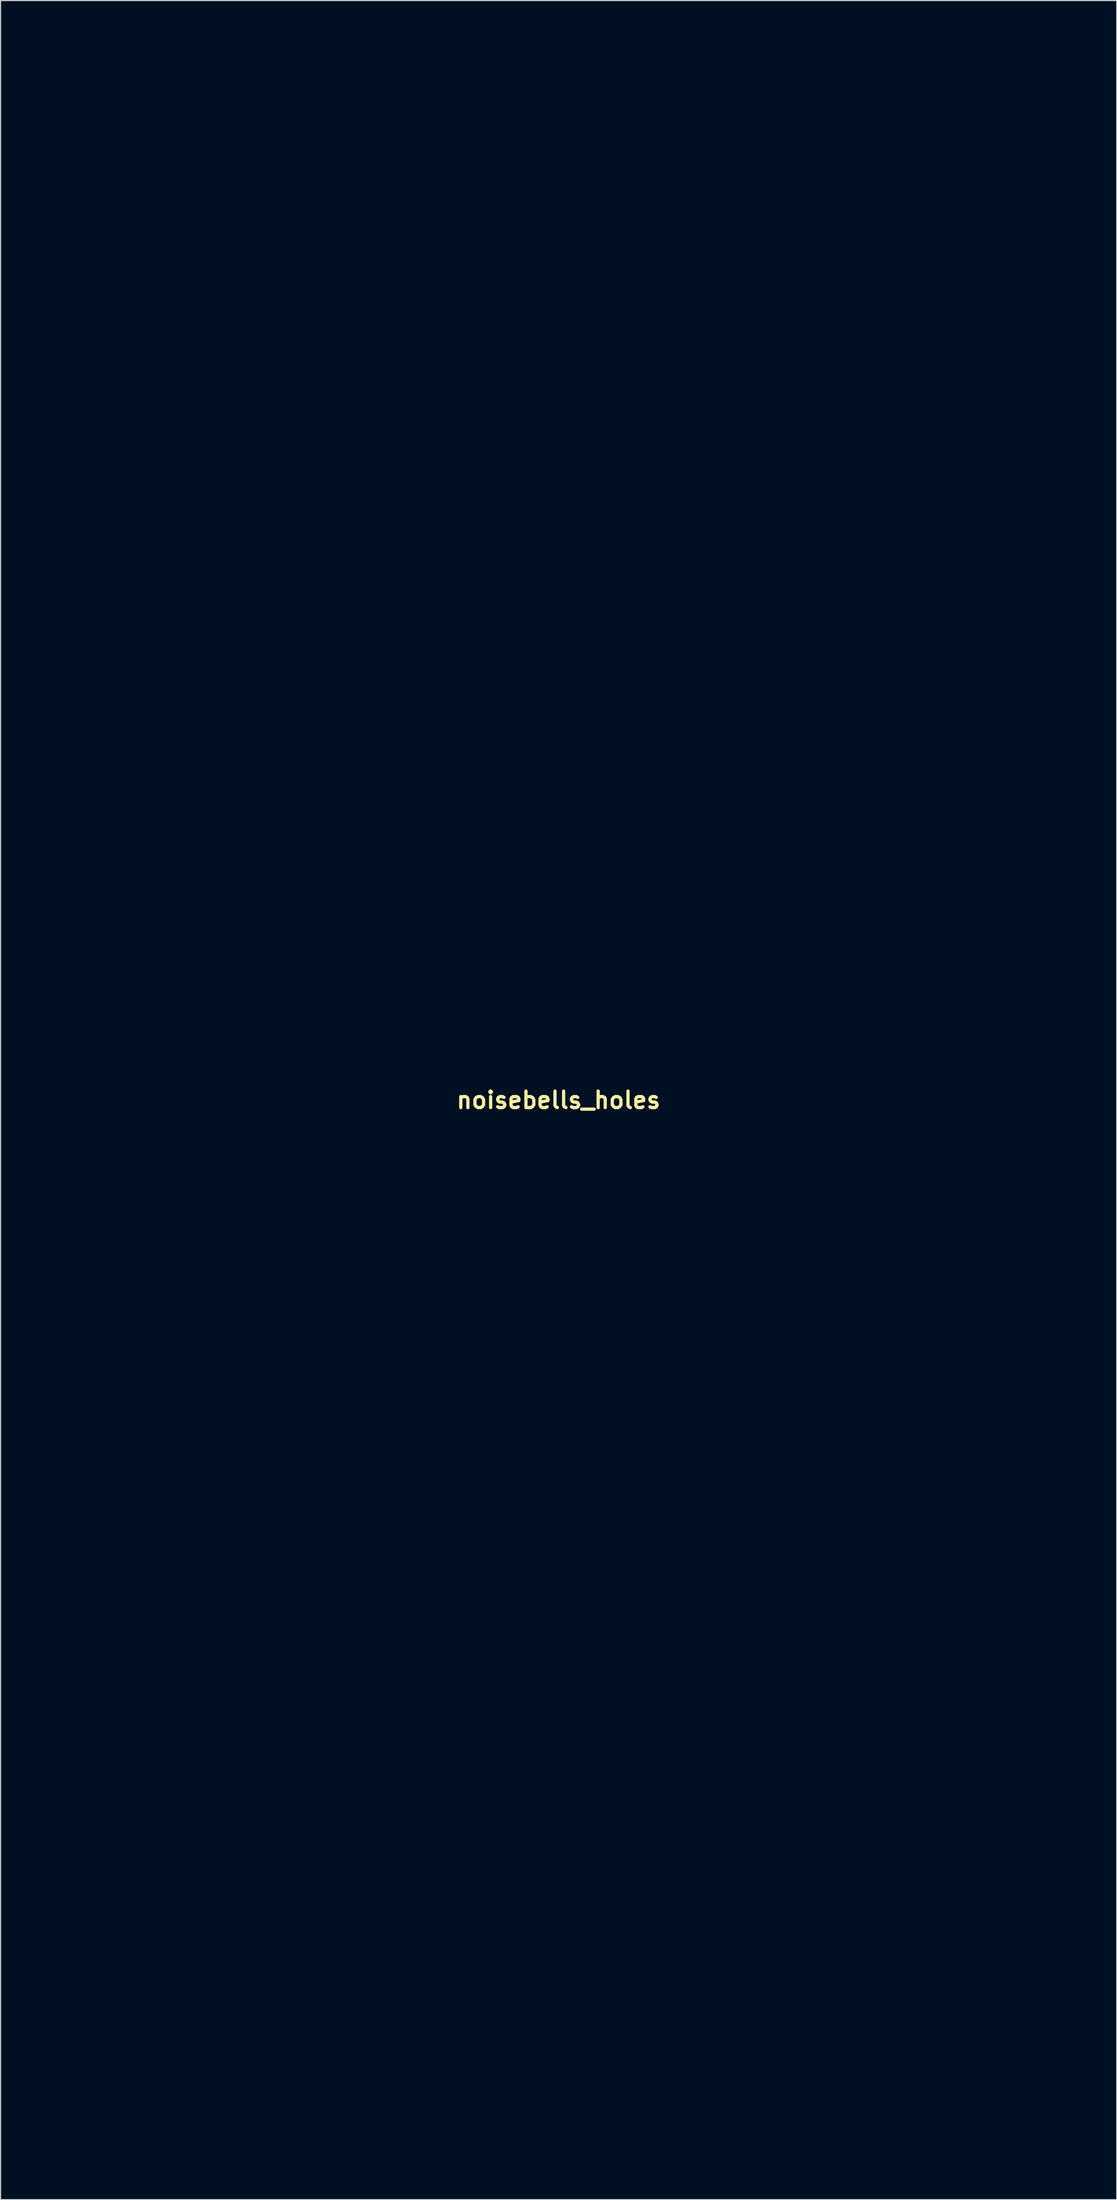
<source format=kicad_pcb>
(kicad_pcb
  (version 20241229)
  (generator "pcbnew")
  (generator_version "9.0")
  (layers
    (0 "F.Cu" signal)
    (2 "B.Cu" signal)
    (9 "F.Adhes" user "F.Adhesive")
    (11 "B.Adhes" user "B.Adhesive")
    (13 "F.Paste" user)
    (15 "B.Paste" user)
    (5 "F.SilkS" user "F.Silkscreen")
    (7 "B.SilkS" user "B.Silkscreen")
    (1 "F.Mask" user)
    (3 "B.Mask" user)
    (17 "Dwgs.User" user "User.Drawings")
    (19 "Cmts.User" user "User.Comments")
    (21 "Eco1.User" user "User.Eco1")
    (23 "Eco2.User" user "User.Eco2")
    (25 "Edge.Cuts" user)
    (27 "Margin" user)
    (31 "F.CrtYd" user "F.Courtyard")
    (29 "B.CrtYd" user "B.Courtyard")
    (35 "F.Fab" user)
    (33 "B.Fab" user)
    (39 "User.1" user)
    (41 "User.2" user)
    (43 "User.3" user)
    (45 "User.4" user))
  (footprint "noisebells_holes"
    (layer "F.Cu")
    (at 48.59 98.612)
    (property "Reference" "noisebells_holes" (at 0 0 0) (layer "F.SilkS") (effects (font (size 1.524 1.524) (thickness 0.3))))
    (attr through_hole)
    (fp_poly (pts (xy 35.458 -38.468) (xy 35.861 -38.394) (xy 36.101 -38.326) (xy 36.484 -38.175) (xy 36.844 -37.981) (xy 37.179 -37.745) (xy 37.484 -37.473) (xy 37.757 -37.166) (xy 37.993 -36.827) (xy 38.19 -36.462) (xy 38.229 -36.375) (xy 38.367 -35.991) (xy 38.459 -35.593) (xy 38.503 -35.186) (xy 38.501 -34.777) (xy 38.451 -34.371) (xy 38.355 -33.973) (xy 38.226 -33.622) (xy 38.039 -33.249) (xy 37.813 -32.907) (xy 37.551 -32.596) (xy 37.258 -32.321) (xy 36.937 -32.081) (xy 36.591 -31.88) (xy 36.224 -31.72) (xy 35.839 -31.602) (xy 35.44 -31.528) (xy 35.03 -31.501) (xy 34.613 -31.523) (xy 34.595 -31.525) (xy 34.238 -31.588) (xy 33.877 -31.695) (xy 33.523 -31.838) (xy 33.19 -32.015) (xy 32.896 -32.214) (xy 32.573 -32.493) (xy 32.291 -32.802) (xy 32.05 -33.14) (xy 31.851 -33.508) (xy 31.693 -33.904) (xy 31.607 -34.199) (xy 31.569 -34.395) (xy 31.542 -34.623) (xy 31.527 -34.869) (xy 31.524 -35.116) (xy 31.525 -35.128) (xy 32.512 -35.128) (xy 32.512 -34.874) (xy 34.874 -34.874) (xy 34.874 -32.512) (xy 35.154 -32.512) (xy 35.154 -34.874) (xy 37.516 -34.874) (xy 37.516 -35.128) (xy 35.154 -35.128) (xy 35.154 -37.49) (xy 34.874 -37.49) (xy 34.874 -35.128) (xy 32.512 -35.128) (xy 31.525 -35.128) (xy 31.534 -35.348) (xy 31.556 -35.535) (xy 31.65 -35.954) (xy 31.788 -36.351) (xy 31.969 -36.723) (xy 32.192 -37.069) (xy 32.454 -37.385) (xy 32.754 -37.669) (xy 33.089 -37.919) (xy 33.457 -38.132) (xy 33.475 -38.141) (xy 33.848 -38.298) (xy 34.238 -38.41) (xy 34.641 -38.475) (xy 35.049 -38.495) (xy 35.458 -38.468)) (stroke (width 0.01) (type solid)) (fill no) (layer "Eco1.User"))
    (fp_poly (pts (xy -44.473 -98.6) (xy -44.293 -98.598) (xy -44.144 -98.597) (xy -44.022 -98.594) (xy -43.924 -98.59) (xy -43.844 -98.585) (xy -43.78 -98.58) (xy -43.727 -98.573) (xy -43.681 -98.565) (xy -43.678 -98.564) (xy -43.403 -98.484) (xy -43.154 -98.361) (xy -42.933 -98.199) (xy -42.744 -98.001) (xy -42.591 -97.771) (xy -42.478 -97.513) (xy -42.442 -97.39) (xy -42.397 -97.116) (xy -42.399 -96.846) (xy -42.447 -96.585) (xy -42.536 -96.338) (xy -42.665 -96.109) (xy -42.83 -95.904) (xy -43.029 -95.727) (xy -43.257 -95.583) (xy -43.513 -95.478) (xy -43.602 -95.452) (xy -43.643 -95.443) (xy -43.685 -95.434) (xy -43.732 -95.427) (xy -43.788 -95.421) (xy -43.857 -95.416) (xy -43.944 -95.412) (xy -44.051 -95.409) (xy -44.184 -95.407) (xy -44.346 -95.405) (xy -44.541 -95.404) (xy -44.774 -95.404) (xy -45.048 -95.404) (xy -45.366 -95.404) (xy -45.502 -95.404) (xy -45.84 -95.404) (xy -46.131 -95.405) (xy -46.379 -95.405) (xy -46.589 -95.407) (xy -46.763 -95.408) (xy -46.907 -95.411) (xy -47.024 -95.414) (xy -47.118 -95.417) (xy -47.193 -95.422) (xy -47.253 -95.428) (xy -47.302 -95.434) (xy -47.345 -95.443) (xy -47.384 -95.452) (xy -47.391 -95.454) (xy -47.652 -95.547) (xy -47.886 -95.68) (xy -48.091 -95.847) (xy -48.264 -96.044) (xy -48.402 -96.266) (xy -48.504 -96.506) (xy -48.565 -96.762) (xy -48.583 -97.026) (xy -48.555 -97.294) (xy -48.501 -97.501) (xy -48.432 -97.682) (xy -48.351 -97.834) (xy -48.248 -97.976) (xy -48.152 -98.085) (xy -47.966 -98.259) (xy -47.766 -98.393) (xy -47.536 -98.499) (xy -47.499 -98.512) (xy -47.282 -98.59) (xy -45.58 -98.597) (xy -45.237 -98.599) (xy -44.941 -98.6) (xy -44.687 -98.6) (xy -44.473 -98.6)) (stroke (width 0.01) (type solid)) (fill no) (layer "Eco1.User"))
    (fp_poly (pts (xy -34.616 -38.478) (xy -34.216 -38.412) (xy -33.824 -38.298) (xy -33.444 -38.137) (xy -33.211 -38.011) (xy -32.86 -37.774) (xy -32.544 -37.5) (xy -32.263 -37.191) (xy -32.02 -36.848) (xy -31.816 -36.473) (xy -31.668 -36.101) (xy -31.565 -35.712) (xy -31.507 -35.313) (xy -31.495 -34.909) (xy -31.529 -34.505) (xy -31.608 -34.109) (xy -31.732 -33.726) (xy -31.823 -33.515) (xy -32.029 -33.14) (xy -32.27 -32.8) (xy -32.545 -32.495) (xy -32.851 -32.227) (xy -33.186 -31.999) (xy -33.545 -31.812) (xy -33.926 -31.668) (xy -34.327 -31.568) (xy -34.745 -31.516) (xy -34.885 -31.509) (xy -35.031 -31.507) (xy -35.179 -31.509) (xy -35.31 -31.514) (xy -35.403 -31.522) (xy -35.814 -31.599) (xy -36.207 -31.721) (xy -36.579 -31.887) (xy -36.927 -32.093) (xy -37.249 -32.336) (xy -37.54 -32.615) (xy -37.799 -32.925) (xy -38.022 -33.265) (xy -38.206 -33.632) (xy -38.348 -34.023) (xy -38.417 -34.29) (xy -38.441 -34.432) (xy -38.459 -34.61) (xy -38.471 -34.809) (xy -38.476 -35.012) (xy -38.475 -35.128) (xy -37.49 -35.128) (xy -37.49 -34.874) (xy -35.128 -34.874) (xy -35.128 -32.512) (xy -34.849 -32.512) (xy -34.849 -34.874) (xy -32.487 -34.874) (xy -32.487 -35.128) (xy -34.849 -35.128) (xy -34.849 -37.49) (xy -35.128 -37.49) (xy -35.128 -35.128) (xy -37.49 -35.128) (xy -38.475 -35.128) (xy -38.474 -35.206) (xy -38.465 -35.374) (xy -38.458 -35.441) (xy -38.378 -35.856) (xy -38.251 -36.254) (xy -38.081 -36.63) (xy -37.868 -36.983) (xy -37.615 -37.307) (xy -37.324 -37.601) (xy -36.996 -37.861) (xy -36.945 -37.896) (xy -36.585 -38.109) (xy -36.209 -38.276) (xy -35.819 -38.397) (xy -35.421 -38.47) (xy -35.019 -38.498) (xy -34.616 -38.478)) (stroke (width 0.01) (type solid)) (fill no) (layer "Eco1.User"))
    (fp_poly (pts (xy 45.133 95.406) (xy 45.478 95.407) (xy 45.593 95.408) (xy 45.933 95.409) (xy 46.225 95.411) (xy 46.475 95.412) (xy 46.685 95.414) (xy 46.861 95.416) (xy 47.005 95.418) (xy 47.121 95.421) (xy 47.214 95.425) (xy 47.287 95.43) (xy 47.344 95.435) (xy 47.39 95.442) (xy 47.427 95.45) (xy 47.46 95.459) (xy 47.493 95.47) (xy 47.498 95.472) (xy 47.756 95.585) (xy 47.989 95.741) (xy 48.193 95.932) (xy 48.363 96.155) (xy 48.492 96.404) (xy 48.544 96.545) (xy 48.591 96.765) (xy 48.606 97.004) (xy 48.589 97.243) (xy 48.541 97.464) (xy 48.53 97.495) (xy 48.413 97.76) (xy 48.255 97.996) (xy 48.06 98.199) (xy 47.83 98.367) (xy 47.568 98.497) (xy 47.506 98.52) (xy 47.307 98.59) (xy 45.58 98.595) (xy 45.231 98.596) (xy 44.929 98.596) (xy 44.671 98.596) (xy 44.451 98.595) (xy 44.268 98.594) (xy 44.116 98.591) (xy 43.992 98.588) (xy 43.893 98.584) (xy 43.814 98.58) (xy 43.752 98.574) (xy 43.703 98.567) (xy 43.675 98.561) (xy 43.409 98.479) (xy 43.165 98.353) (xy 42.947 98.186) (xy 42.758 97.982) (xy 42.603 97.745) (xy 42.489 97.486) (xy 42.453 97.346) (xy 42.431 97.176) (xy 42.422 96.993) (xy 42.427 96.817) (xy 42.449 96.666) (xy 42.453 96.647) (xy 42.544 96.381) (xy 42.674 96.136) (xy 42.84 95.919) (xy 43.037 95.737) (xy 43.26 95.594) (xy 43.275 95.587) (xy 43.345 95.552) (xy 43.408 95.522) (xy 43.469 95.496) (xy 43.532 95.474) (xy 43.6 95.456) (xy 43.678 95.441) (xy 43.77 95.43) (xy 43.88 95.42) (xy 44.011 95.414) (xy 44.168 95.409) (xy 44.355 95.406) (xy 44.575 95.405) (xy 44.833 95.405) (xy 45.133 95.406)) (stroke (width 0.01) (type solid)) (fill no) (layer "Eco1.User"))
    (fp_poly (pts (xy -34.808 31.513) (xy -34.598 31.525) (xy -34.416 31.546) (xy -34.357 31.556) (xy -33.937 31.663) (xy -33.543 31.814) (xy -33.175 32.007) (xy -32.836 32.241) (xy -32.527 32.513) (xy -32.252 32.823) (xy -32.012 33.168) (xy -31.823 33.515) (xy -31.674 33.886) (xy -31.569 34.274) (xy -31.509 34.673) (xy -31.495 35.077) (xy -31.525 35.478) (xy -31.601 35.872) (xy -31.721 36.253) (xy -31.813 36.468) (xy -32.018 36.844) (xy -32.261 37.187) (xy -32.538 37.495) (xy -32.847 37.766) (xy -33.186 37.998) (xy -33.552 38.189) (xy -33.943 38.337) (xy -34.356 38.44) (xy -34.365 38.442) (xy -34.543 38.468) (xy -34.749 38.485) (xy -34.963 38.494) (xy -35.168 38.493) (xy -35.344 38.483) (xy -35.36 38.481) (xy -35.775 38.408) (xy -36.171 38.291) (xy -36.545 38.13) (xy -36.895 37.93) (xy -37.217 37.692) (xy -37.51 37.42) (xy -37.77 37.116) (xy -37.994 36.783) (xy -38.18 36.424) (xy -38.325 36.041) (xy -38.426 35.637) (xy -38.458 35.441) (xy -38.471 35.29) (xy -38.476 35.106) (xy -38.474 34.905) (xy -38.473 34.874) (xy -37.49 34.874) (xy -37.49 35.128) (xy -35.128 35.128) (xy -35.128 37.49) (xy -34.849 37.49) (xy -34.849 35.128) (xy -32.487 35.128) (xy -32.487 34.874) (xy -34.849 34.874) (xy -34.849 32.512) (xy -35.128 32.512) (xy -35.128 34.874) (xy -37.49 34.874) (xy -38.473 34.874) (xy -38.465 34.703) (xy -38.45 34.513) (xy -38.429 34.352) (xy -38.417 34.29) (xy -38.303 33.882) (xy -38.144 33.496) (xy -37.945 33.136) (xy -37.707 32.805) (xy -37.433 32.504) (xy -37.127 32.237) (xy -36.79 32.006) (xy -36.425 31.814) (xy -36.035 31.663) (xy -35.622 31.556) (xy -35.618 31.555) (xy -35.451 31.532) (xy -35.25 31.517) (xy -35.031 31.51) (xy -34.808 31.513)) (stroke (width 0.01) (type solid)) (fill no) (layer "Eco1.User"))
    (fp_poly (pts (xy 0.413 -38.474) (xy 0.823 -38.403) (xy 0.872 -38.391) (xy 1.265 -38.267) (xy 1.636 -38.098) (xy 1.983 -37.889) (xy 2.302 -37.642) (xy 2.591 -37.359) (xy 2.847 -37.045) (xy 3.066 -36.702) (xy 3.246 -36.332) (xy 3.384 -35.94) (xy 3.442 -35.712) (xy 3.468 -35.554) (xy 3.487 -35.36) (xy 3.498 -35.147) (xy 3.5 -34.929) (xy 3.494 -34.722) (xy 3.48 -34.542) (xy 3.471 -34.48) (xy 3.384 -34.071) (xy 3.257 -33.692) (xy 3.185 -33.529) (xy 2.983 -33.159) (xy 2.743 -32.82) (xy 2.467 -32.513) (xy 2.16 -32.242) (xy 1.823 -32.009) (xy 1.462 -31.817) (xy 1.079 -31.668) (xy 0.712 -31.572) (xy 0.525 -31.542) (xy 0.309 -31.521) (xy 0.082 -31.509) (xy -0.138 -31.506) (xy -0.334 -31.515) (xy -0.406 -31.523) (xy -0.815 -31.598) (xy -1.206 -31.719) (xy -1.576 -31.883) (xy -1.922 -32.087) (xy -2.241 -32.329) (xy -2.531 -32.604) (xy -2.788 -32.912) (xy -3.009 -33.248) (xy -3.192 -33.61) (xy -3.335 -33.996) (xy -3.433 -34.402) (xy -3.446 -34.48) (xy -3.464 -34.646) (xy -3.474 -34.844) (xy -3.474 -35.059) (xy -3.472 -35.128) (xy -2.489 -35.128) (xy -2.489 -34.874) (xy -0.127 -34.874) (xy -0.127 -32.512) (xy 0.152 -32.512) (xy 0.152 -34.874) (xy 2.515 -34.874) (xy 2.515 -35.128) (xy 0.152 -35.128) (xy 0.152 -37.49) (xy -0.127 -37.49) (xy -0.127 -35.128) (xy -2.489 -35.128) (xy -3.472 -35.128) (xy -3.467 -35.276) (xy -3.451 -35.479) (xy -3.428 -35.654) (xy -3.416 -35.712) (xy -3.303 -36.117) (xy -3.149 -36.496) (xy -2.955 -36.849) (xy -2.726 -37.174) (xy -2.464 -37.468) (xy -2.173 -37.729) (xy -1.856 -37.955) (xy -1.517 -38.145) (xy -1.157 -38.296) (xy -0.781 -38.406) (xy -0.392 -38.474) (xy 0.007 -38.498) (xy 0.413 -38.474)) (stroke (width 0.01) (type solid)) (fill no) (layer "Eco1.User"))
    (fp_poly (pts (xy 17.773 31.517) (xy 18 31.536) (xy 18.196 31.567) (xy 18.211 31.57) (xy 18.623 31.682) (xy 19.009 31.837) (xy 19.371 32.037) (xy 19.71 32.282) (xy 20.004 32.55) (xy 20.274 32.857) (xy 20.507 33.197) (xy 20.7 33.564) (xy 20.851 33.951) (xy 20.942 34.29) (xy 20.966 34.433) (xy 20.984 34.611) (xy 20.996 34.81) (xy 21.001 35.014) (xy 20.999 35.209) (xy 20.99 35.379) (xy 20.983 35.446) (xy 20.905 35.854) (xy 20.781 36.245) (xy 20.615 36.614) (xy 20.408 36.96) (xy 20.165 37.278) (xy 19.887 37.566) (xy 19.578 37.821) (xy 19.24 38.04) (xy 18.876 38.22) (xy 18.489 38.358) (xy 18.177 38.433) (xy 18.044 38.454) (xy 17.884 38.472) (xy 17.712 38.486) (xy 17.541 38.495) (xy 17.387 38.498) (xy 17.262 38.495) (xy 17.221 38.491) (xy 16.801 38.423) (xy 16.414 38.319) (xy 16.053 38.178) (xy 15.711 37.996) (xy 15.381 37.771) (xy 15.283 37.695) (xy 15.021 37.455) (xy 14.777 37.175) (xy 14.559 36.867) (xy 14.374 36.54) (xy 14.227 36.204) (xy 14.161 36.005) (xy 14.069 35.598) (xy 14.024 35.185) (xy 14.026 34.874) (xy 15.011 34.874) (xy 15.011 35.128) (xy 17.374 35.128) (xy 17.374 37.49) (xy 17.653 37.49) (xy 17.653 35.128) (xy 20.015 35.128) (xy 20.015 34.874) (xy 17.653 34.874) (xy 17.653 32.512) (xy 17.374 32.512) (xy 17.374 34.874) (xy 15.011 34.874) (xy 14.026 34.874) (xy 14.026 34.773) (xy 14.076 34.366) (xy 14.172 33.97) (xy 14.314 33.589) (xy 14.348 33.515) (xy 14.554 33.139) (xy 14.797 32.798) (xy 15.076 32.492) (xy 15.387 32.222) (xy 15.729 31.992) (xy 16.099 31.801) (xy 16.496 31.653) (xy 16.884 31.555) (xy 17.072 31.528) (xy 17.294 31.513) (xy 17.533 31.51) (xy 17.773 31.517)) (stroke (width 0.01) (type solid)) (fill no) (layer "Eco1.User"))
    (fp_poly (pts (xy -45.155 95.402) (xy -44.865 95.403) (xy -44.619 95.403) (xy -44.41 95.404) (xy -44.237 95.406) (xy -44.094 95.408) (xy -43.978 95.411) (xy -43.885 95.414) (xy -43.81 95.419) (xy -43.749 95.425) (xy -43.699 95.432) (xy -43.656 95.44) (xy -43.615 95.449) (xy -43.602 95.452) (xy -43.337 95.545) (xy -43.097 95.678) (xy -42.887 95.847) (xy -42.708 96.048) (xy -42.566 96.274) (xy -42.464 96.523) (xy -42.406 96.789) (xy -42.393 96.991) (xy -42.417 97.273) (xy -42.487 97.539) (xy -42.599 97.785) (xy -42.75 98.007) (xy -42.936 98.2) (xy -43.154 98.36) (xy -43.399 98.482) (xy -43.669 98.563) (xy -43.715 98.571) (xy -43.769 98.578) (xy -43.836 98.584) (xy -43.919 98.589) (xy -44.023 98.593) (xy -44.151 98.596) (xy -44.307 98.598) (xy -44.496 98.6) (xy -44.721 98.601) (xy -44.987 98.601) (xy -45.296 98.601) (xy -45.509 98.601) (xy -45.864 98.6) (xy -46.171 98.599) (xy -46.434 98.597) (xy -46.656 98.595) (xy -46.841 98.592) (xy -46.99 98.588) (xy -47.109 98.584) (xy -47.199 98.579) (xy -47.265 98.572) (xy -47.307 98.565) (xy -47.535 98.502) (xy -47.733 98.414) (xy -47.916 98.294) (xy -48.099 98.134) (xy -48.113 98.119) (xy -48.298 97.901) (xy -48.439 97.659) (xy -48.534 97.395) (xy -48.552 97.32) (xy -48.585 97.048) (xy -48.57 96.78) (xy -48.511 96.522) (xy -48.41 96.278) (xy -48.271 96.054) (xy -48.098 95.855) (xy -47.893 95.686) (xy -47.659 95.552) (xy -47.399 95.457) (xy -47.381 95.453) (xy -47.34 95.443) (xy -47.298 95.434) (xy -47.251 95.427) (xy -47.194 95.421) (xy -47.124 95.416) (xy -47.037 95.412) (xy -46.929 95.409) (xy -46.795 95.406) (xy -46.632 95.405) (xy -46.435 95.404) (xy -46.202 95.403) (xy -45.926 95.403) (xy -45.605 95.402) (xy -45.491 95.402) (xy -45.155 95.402)) (stroke (width 0.01) (type solid)) (fill no) (layer "Eco1.User"))
    (fp_poly (pts (xy 17.513 1.514) (xy 17.785 1.52) (xy 18.024 1.541) (xy 18.246 1.578) (xy 18.468 1.634) (xy 18.686 1.705) (xy 19.068 1.866) (xy 19.423 2.068) (xy 19.75 2.31) (xy 20.044 2.587) (xy 20.305 2.897) (xy 20.53 3.236) (xy 20.715 3.602) (xy 20.859 3.991) (xy 20.959 4.401) (xy 20.971 4.47) (xy 20.991 4.644) (xy 21 4.851) (xy 21 5.075) (xy 20.99 5.301) (xy 20.971 5.512) (xy 20.943 5.694) (xy 20.933 5.74) (xy 20.813 6.154) (xy 20.65 6.542) (xy 20.446 6.903) (xy 20.204 7.234) (xy 19.926 7.532) (xy 19.613 7.796) (xy 19.269 8.023) (xy 18.894 8.21) (xy 18.609 8.319) (xy 18.271 8.411) (xy 17.913 8.471) (xy 17.553 8.497) (xy 17.207 8.486) (xy 17.171 8.483) (xy 16.758 8.416) (xy 16.363 8.303) (xy 15.989 8.148) (xy 15.638 7.952) (xy 15.314 7.718) (xy 15.019 7.45) (xy 14.756 7.149) (xy 14.528 6.819) (xy 14.338 6.462) (xy 14.188 6.081) (xy 14.081 5.679) (xy 14.044 5.464) (xy 14.027 5.276) (xy 14.022 5.057) (xy 14.027 4.877) (xy 15.011 4.877) (xy 15.011 5.131) (xy 17.374 5.131) (xy 17.374 7.493) (xy 17.653 7.493) (xy 17.653 5.131) (xy 20.015 5.131) (xy 20.015 4.877) (xy 17.654 4.877) (xy 17.64 2.502) (xy 17.386 2.502) (xy 17.38 3.689) (xy 17.373 4.877) (xy 15.011 4.877) (xy 14.027 4.877) (xy 14.028 4.823) (xy 14.045 4.591) (xy 14.072 4.376) (xy 14.106 4.202) (xy 14.234 3.792) (xy 14.403 3.406) (xy 14.614 3.047) (xy 14.863 2.719) (xy 15.15 2.423) (xy 15.471 2.162) (xy 15.556 2.104) (xy 15.843 1.928) (xy 16.129 1.787) (xy 16.431 1.674) (xy 16.764 1.583) (xy 16.818 1.571) (xy 16.932 1.548) (xy 17.039 1.532) (xy 17.151 1.521) (xy 17.282 1.516) (xy 17.445 1.514) (xy 17.513 1.514)) (stroke (width 0.01) (type solid)) (fill no) (layer "Eco1.User"))
    (fp_poly (pts (xy 35.571 -73.453) (xy 35.972 -73.364) (xy 36.36 -73.228) (xy 36.732 -73.045) (xy 37.084 -72.817) (xy 37.313 -72.636) (xy 37.602 -72.354) (xy 37.857 -72.036) (xy 38.074 -71.687) (xy 38.253 -71.311) (xy 38.39 -70.911) (xy 38.446 -70.687) (xy 38.469 -70.542) (xy 38.485 -70.36) (xy 38.494 -70.155) (xy 38.496 -69.941) (xy 38.491 -69.73) (xy 38.478 -69.537) (xy 38.458 -69.376) (xy 38.448 -69.321) (xy 38.335 -68.909) (xy 38.179 -68.522) (xy 37.984 -68.161) (xy 37.751 -67.828) (xy 37.484 -67.527) (xy 37.186 -67.259) (xy 36.858 -67.028) (xy 36.505 -66.836) (xy 36.128 -66.684) (xy 35.73 -66.577) (xy 35.4 -66.524) (xy 35.023 -66.502) (xy 34.661 -66.517) (xy 34.582 -66.526) (xy 34.172 -66.604) (xy 33.776 -66.729) (xy 33.4 -66.898) (xy 33.046 -67.11) (xy 32.719 -67.361) (xy 32.424 -67.651) (xy 32.223 -67.893) (xy 31.999 -68.228) (xy 31.817 -68.581) (xy 31.675 -68.96) (xy 31.607 -69.2) (xy 31.569 -69.396) (xy 31.542 -69.625) (xy 31.527 -69.871) (xy 31.524 -70.117) (xy 31.525 -70.129) (xy 32.512 -70.129) (xy 32.512 -69.875) (xy 34.874 -69.875) (xy 34.874 -68.699) (xy 34.875 -68.459) (xy 34.876 -68.235) (xy 34.877 -68.031) (xy 34.88 -67.853) (xy 34.882 -67.707) (xy 34.886 -67.596) (xy 34.889 -67.527) (xy 34.892 -67.504) (xy 34.927 -67.494) (xy 34.992 -67.492) (xy 35.026 -67.493) (xy 35.141 -67.501) (xy 35.154 -69.875) (xy 37.516 -69.875) (xy 37.516 -70.129) (xy 35.154 -70.129) (xy 35.154 -72.492) (xy 34.874 -72.492) (xy 34.874 -70.129) (xy 32.512 -70.129) (xy 31.525 -70.129) (xy 31.534 -70.349) (xy 31.556 -70.536) (xy 31.648 -70.949) (xy 31.785 -71.341) (xy 31.963 -71.709) (xy 32.181 -72.05) (xy 32.434 -72.363) (xy 32.721 -72.643) (xy 33.04 -72.889) (xy 33.386 -73.097) (xy 33.759 -73.264) (xy 34.154 -73.389) (xy 34.328 -73.428) (xy 34.746 -73.486) (xy 35.161 -73.494) (xy 35.571 -73.453)) (stroke (width 0.01) (type solid)) (fill no) (layer "Eco1.User"))
    (fp_poly (pts (xy -34.846 -73.49) (xy -34.591 -73.473) (xy -34.363 -73.442) (xy -34.315 -73.433) (xy -33.896 -73.321) (xy -33.502 -73.165) (xy -33.136 -72.968) (xy -32.8 -72.73) (xy -32.494 -72.453) (xy -32.222 -72.14) (xy -31.985 -71.79) (xy -31.812 -71.467) (xy -31.666 -71.099) (xy -31.564 -70.713) (xy -31.507 -70.316) (xy -31.495 -69.913) (xy -31.528 -69.511) (xy -31.606 -69.116) (xy -31.729 -68.735) (xy -31.823 -68.516) (xy -32.028 -68.142) (xy -32.27 -67.802) (xy -32.545 -67.497) (xy -32.85 -67.229) (xy -33.184 -67.001) (xy -33.542 -66.813) (xy -33.922 -66.669) (xy -34.322 -66.569) (xy -34.738 -66.516) (xy -34.887 -66.509) (xy -35.033 -66.508) (xy -35.182 -66.51) (xy -35.315 -66.516) (xy -35.408 -66.524) (xy -35.817 -66.6) (xy -36.208 -66.722) (xy -36.579 -66.887) (xy -36.926 -67.092) (xy -37.247 -67.335) (xy -37.538 -67.613) (xy -37.797 -67.923) (xy -38.019 -68.262) (xy -38.204 -68.628) (xy -38.346 -69.017) (xy -38.417 -69.291) (xy -38.441 -69.434) (xy -38.459 -69.612) (xy -38.471 -69.811) (xy -38.476 -70.014) (xy -38.475 -70.129) (xy -37.49 -70.129) (xy -37.49 -69.875) (xy -35.128 -69.875) (xy -35.128 -68.699) (xy -35.128 -68.459) (xy -35.127 -68.235) (xy -35.125 -68.031) (xy -35.123 -67.853) (xy -35.12 -67.707) (xy -35.117 -67.596) (xy -35.113 -67.527) (xy -35.11 -67.504) (xy -35.076 -67.494) (xy -35.01 -67.492) (xy -34.977 -67.493) (xy -34.861 -67.501) (xy -34.848 -69.875) (xy -32.487 -69.875) (xy -32.487 -70.129) (xy -34.849 -70.129) (xy -34.849 -72.492) (xy -35.128 -72.492) (xy -35.128 -70.129) (xy -37.49 -70.129) (xy -38.475 -70.129) (xy -38.474 -70.208) (xy -38.465 -70.377) (xy -38.458 -70.442) (xy -38.378 -70.855) (xy -38.253 -71.249) (xy -38.085 -71.62) (xy -37.877 -71.967) (xy -37.632 -72.286) (xy -37.353 -72.574) (xy -37.041 -72.828) (xy -36.7 -73.047) (xy -36.333 -73.227) (xy -35.941 -73.364) (xy -35.585 -73.448) (xy -35.362 -73.477) (xy -35.109 -73.491) (xy -34.846 -73.49)) (stroke (width 0.01) (type solid)) (fill no) (layer "Eco1.User"))
    (fp_poly (pts (xy 45.76 -98.606) (xy 46.031 -98.605) (xy 46.292 -98.603) (xy 46.536 -98.599) (xy 46.759 -98.595) (xy 46.954 -98.59) (xy 47.117 -98.583) (xy 47.241 -98.575) (xy 47.321 -98.567) (xy 47.333 -98.565) (xy 47.596 -98.484) (xy 47.84 -98.36) (xy 48.06 -98.195) (xy 48.251 -97.996) (xy 48.408 -97.766) (xy 48.526 -97.51) (xy 48.532 -97.492) (xy 48.563 -97.395) (xy 48.583 -97.308) (xy 48.595 -97.217) (xy 48.599 -97.103) (xy 48.6 -97.003) (xy 48.597 -96.86) (xy 48.59 -96.751) (xy 48.574 -96.657) (xy 48.549 -96.561) (xy 48.532 -96.507) (xy 48.421 -96.254) (xy 48.269 -96.022) (xy 48.079 -95.818) (xy 47.859 -95.647) (xy 47.613 -95.515) (xy 47.498 -95.471) (xy 47.465 -95.461) (xy 47.433 -95.451) (xy 47.397 -95.443) (xy 47.354 -95.436) (xy 47.3 -95.431) (xy 47.23 -95.426) (xy 47.142 -95.422) (xy 47.031 -95.419) (xy 46.894 -95.417) (xy 46.726 -95.415) (xy 46.524 -95.413) (xy 46.284 -95.412) (xy 46.002 -95.411) (xy 45.674 -95.41) (xy 45.568 -95.41) (xy 45.224 -95.409) (xy 44.927 -95.408) (xy 44.673 -95.408) (xy 44.458 -95.408) (xy 44.279 -95.409) (xy 44.13 -95.41) (xy 44.01 -95.413) (xy 43.912 -95.416) (xy 43.834 -95.42) (xy 43.772 -95.425) (xy 43.722 -95.431) (xy 43.679 -95.439) (xy 43.64 -95.447) (xy 43.617 -95.453) (xy 43.354 -95.547) (xy 43.114 -95.682) (xy 42.903 -95.853) (xy 42.727 -96.056) (xy 42.6 -96.267) (xy 42.515 -96.455) (xy 42.46 -96.622) (xy 42.43 -96.785) (xy 42.422 -96.962) (xy 42.425 -97.079) (xy 42.452 -97.324) (xy 42.507 -97.54) (xy 42.598 -97.742) (xy 42.729 -97.945) (xy 42.746 -97.968) (xy 42.923 -98.165) (xy 43.136 -98.331) (xy 43.375 -98.461) (xy 43.63 -98.549) (xy 43.693 -98.563) (xy 43.764 -98.572) (xy 43.88 -98.58) (xy 44.035 -98.587) (xy 44.224 -98.592) (xy 44.441 -98.597) (xy 44.682 -98.601) (xy 44.939 -98.604) (xy 45.209 -98.606) (xy 45.484 -98.607) (xy 45.76 -98.606)) (stroke (width 0.01) (type solid)) (fill no) (layer "Eco1.User"))
    (fp_poly (pts (xy -34.699 1.52) (xy -34.454 1.543) (xy -34.222 1.585) (xy -33.986 1.648) (xy -33.81 1.707) (xy -33.443 1.863) (xy -33.093 2.063) (xy -32.767 2.302) (xy -32.47 2.577) (xy -32.206 2.881) (xy -31.983 3.212) (xy -31.894 3.371) (xy -31.789 3.588) (xy -31.705 3.792) (xy -31.635 4.005) (xy -31.578 4.215) (xy -31.554 4.315) (xy -31.536 4.402) (xy -31.524 4.488) (xy -31.516 4.584) (xy -31.512 4.702) (xy -31.51 4.851) (xy -31.51 4.978) (xy -31.511 5.178) (xy -31.515 5.337) (xy -31.522 5.466) (xy -31.534 5.575) (xy -31.551 5.674) (xy -31.555 5.69) (xy -31.667 6.098) (xy -31.822 6.485) (xy -32.019 6.847) (xy -32.254 7.18) (xy -32.524 7.483) (xy -32.828 7.752) (xy -33.163 7.984) (xy -33.526 8.177) (xy -33.914 8.327) (xy -33.915 8.328) (xy -34.234 8.412) (xy -34.571 8.469) (xy -34.907 8.496) (xy -35.227 8.491) (xy -35.319 8.483) (xy -35.74 8.415) (xy -36.142 8.3) (xy -36.521 8.143) (xy -36.875 7.944) (xy -37.202 7.707) (xy -37.498 7.434) (xy -37.762 7.127) (xy -37.99 6.788) (xy -38.181 6.42) (xy -38.33 6.025) (xy -38.408 5.74) (xy -38.438 5.571) (xy -38.46 5.367) (xy -38.473 5.144) (xy -38.476 4.918) (xy -38.475 4.877) (xy -37.49 4.877) (xy -37.49 5.131) (xy -35.128 5.131) (xy -35.128 7.493) (xy -34.849 7.493) (xy -34.849 5.131) (xy -32.487 5.131) (xy -32.487 4.877) (xy -34.848 4.877) (xy -34.861 2.502) (xy -35.115 2.502) (xy -35.122 3.689) (xy -35.129 4.877) (xy -37.49 4.877) (xy -38.475 4.877) (xy -38.47 4.704) (xy -38.453 4.518) (xy -38.446 4.47) (xy -38.354 4.058) (xy -38.217 3.666) (xy -38.039 3.296) (xy -37.821 2.953) (xy -37.567 2.638) (xy -37.278 2.356) (xy -36.958 2.109) (xy -36.609 1.899) (xy -36.234 1.731) (xy -36.052 1.668) (xy -35.837 1.606) (xy -35.639 1.562) (xy -35.44 1.533) (xy -35.223 1.518) (xy -34.976 1.513) (xy -34.699 1.52)) (stroke (width 0.01) (type solid)) (fill no) (layer "Eco1.User"))
    (fp_poly (pts (xy -11.766 70.057) (xy -11.29 70.149) (xy -10.826 70.286) (xy -10.377 70.468) (xy -9.946 70.694) (xy -9.537 70.963) (xy -9.335 71.12) (xy -9.216 71.224) (xy -9.077 71.354) (xy -8.931 71.498) (xy -8.789 71.644) (xy -8.664 71.781) (xy -8.578 71.882) (xy -8.303 72.263) (xy -8.064 72.676) (xy -7.863 73.116) (xy -7.701 73.576) (xy -7.583 74.05) (xy -7.528 74.381) (xy -7.507 74.606) (xy -7.498 74.863) (xy -7.499 75.135) (xy -7.512 75.408) (xy -7.534 75.663) (xy -7.566 75.883) (xy -7.682 76.371) (xy -7.844 76.842) (xy -8.05 77.292) (xy -8.297 77.718) (xy -8.584 78.118) (xy -8.909 78.487) (xy -9.268 78.823) (xy -9.661 79.123) (xy -9.851 79.247) (xy -10.284 79.486) (xy -10.739 79.681) (xy -11.211 79.83) (xy -11.696 79.932) (xy -12.188 79.987) (xy -12.683 79.993) (xy -12.852 79.983) (xy -13.346 79.922) (xy -13.823 79.815) (xy -14.283 79.662) (xy -14.722 79.468) (xy -15.138 79.235) (xy -15.528 78.964) (xy -15.89 78.658) (xy -16.222 78.319) (xy -16.52 77.95) (xy -16.783 77.553) (xy -17.008 77.13) (xy -17.193 76.684) (xy -17.334 76.216) (xy -17.43 75.73) (xy -17.435 75.696) (xy -17.468 75.354) (xy -17.477 74.986) (xy -17.472 74.879) (xy -14.986 74.879) (xy -14.986 75.133) (xy -12.624 75.133) (xy -12.624 77.495) (xy -12.344 77.495) (xy -12.344 75.133) (xy -9.982 75.133) (xy -9.982 74.879) (xy -12.344 74.879) (xy -12.357 72.504) (xy -12.49 72.497) (xy -12.624 72.489) (xy -12.624 74.879) (xy -14.986 74.879) (xy -17.472 74.879) (xy -17.462 74.609) (xy -17.424 74.241) (xy -17.365 73.9) (xy -17.36 73.88) (xy -17.229 73.412) (xy -17.053 72.961) (xy -16.832 72.531) (xy -16.572 72.124) (xy -16.274 71.743) (xy -15.941 71.392) (xy -15.576 71.075) (xy -15.181 70.793) (xy -14.76 70.55) (xy -14.316 70.35) (xy -14.186 70.302) (xy -13.708 70.157) (xy -13.224 70.061) (xy -12.736 70.013) (xy -12.249 70.012) (xy -11.766 70.057)) (stroke (width 0.01) (type solid)) (fill no) (layer "Eco1.User"))
    (fp_poly (pts (xy 0.218 -73.491) (xy 0.532 -73.461) (xy 0.676 -73.435) (xy 1.095 -73.322) (xy 1.489 -73.167) (xy 1.856 -72.971) (xy 2.192 -72.736) (xy 2.497 -72.464) (xy 2.768 -72.157) (xy 3.002 -71.816) (xy 3.197 -71.445) (xy 3.224 -71.384) (xy 3.364 -70.997) (xy 3.457 -70.597) (xy 3.502 -70.191) (xy 3.501 -69.783) (xy 3.453 -69.379) (xy 3.359 -68.983) (xy 3.217 -68.602) (xy 3.178 -68.516) (xy 2.972 -68.141) (xy 2.73 -67.799) (xy 2.452 -67.493) (xy 2.143 -67.224) (xy 1.804 -66.994) (xy 1.438 -66.805) (xy 1.047 -66.659) (xy 0.706 -66.572) (xy 0.526 -66.544) (xy 0.318 -66.523) (xy 0.098 -66.51) (xy -0.117 -66.507) (xy -0.309 -66.515) (xy -0.402 -66.524) (xy -0.815 -66.6) (xy -1.209 -66.722) (xy -1.581 -66.887) (xy -1.929 -67.092) (xy -2.249 -67.334) (xy -2.539 -67.61) (xy -2.796 -67.918) (xy -3.017 -68.255) (xy -3.199 -68.619) (xy -3.339 -69.005) (xy -3.435 -69.413) (xy -3.442 -69.456) (xy -3.465 -69.65) (xy -3.477 -69.875) (xy -3.477 -70.11) (xy -3.476 -70.129) (xy -2.489 -70.129) (xy -2.489 -69.875) (xy -0.127 -69.875) (xy -0.127 -68.699) (xy -0.127 -68.459) (xy -0.126 -68.235) (xy -0.124 -68.031) (xy -0.122 -67.853) (xy -0.119 -67.707) (xy -0.116 -67.596) (xy -0.112 -67.527) (xy -0.109 -67.504) (xy -0.075 -67.494) (xy -0.009 -67.492) (xy 0.024 -67.493) (xy 0.14 -67.501) (xy 0.153 -69.875) (xy 2.515 -69.875) (xy 2.515 -70.129) (xy 0.152 -70.129) (xy 0.152 -72.492) (xy -0.127 -72.492) (xy -0.127 -70.129) (xy -2.489 -70.129) (xy -3.476 -70.129) (xy -3.466 -70.335) (xy -3.445 -70.533) (xy -3.442 -70.549) (xy -3.349 -70.963) (xy -3.21 -71.358) (xy -3.027 -71.73) (xy -2.801 -72.077) (xy -2.535 -72.395) (xy -2.23 -72.682) (xy -1.934 -72.904) (xy -1.787 -72.995) (xy -1.609 -73.091) (xy -1.419 -73.185) (xy -1.233 -73.267) (xy -1.076 -73.326) (xy -0.777 -73.408) (xy -0.451 -73.463) (xy -0.115 -73.491) (xy 0.218 -73.491)) (stroke (width 0.01) (type solid)) (fill no) (layer "Eco1.User"))
    (fp_poly (pts (xy 13.13 70.041) (xy 13.623 70.126) (xy 14.11 70.261) (xy 14.296 70.33) (xy 14.509 70.421) (xy 14.732 70.528) (xy 14.95 70.641) (xy 15.149 70.755) (xy 15.258 70.824) (xy 15.666 71.123) (xy 16.038 71.458) (xy 16.372 71.824) (xy 16.666 72.22) (xy 16.92 72.644) (xy 17.131 73.092) (xy 17.298 73.562) (xy 17.419 74.052) (xy 17.461 74.298) (xy 17.482 74.491) (xy 17.495 74.718) (xy 17.5 74.964) (xy 17.496 75.213) (xy 17.485 75.449) (xy 17.466 75.657) (xy 17.461 75.696) (xy 17.367 76.186) (xy 17.225 76.662) (xy 17.037 77.12) (xy 16.804 77.558) (xy 16.528 77.971) (xy 16.209 78.359) (xy 15.949 78.626) (xy 15.572 78.951) (xy 15.168 79.233) (xy 14.74 79.474) (xy 14.29 79.67) (xy 13.823 79.821) (xy 13.341 79.926) (xy 12.848 79.984) (xy 12.347 79.993) (xy 12.154 79.984) (xy 11.664 79.926) (xy 11.19 79.821) (xy 10.733 79.671) (xy 10.296 79.48) (xy 9.882 79.249) (xy 9.493 78.98) (xy 9.131 78.676) (xy 8.799 78.34) (xy 8.5 77.974) (xy 8.235 77.579) (xy 8.008 77.159) (xy 7.82 76.715) (xy 7.675 76.251) (xy 7.574 75.768) (xy 7.545 75.552) (xy 7.521 75.206) (xy 7.522 74.879) (xy 10.008 74.879) (xy 10.008 75.133) (xy 12.37 75.133) (xy 12.37 77.495) (xy 12.649 77.495) (xy 12.649 75.133) (xy 15.011 75.133) (xy 15.011 74.879) (xy 12.649 74.879) (xy 12.649 72.489) (xy 12.516 72.497) (xy 12.383 72.504) (xy 12.376 73.692) (xy 12.369 74.879) (xy 10.008 74.879) (xy 7.522 74.879) (xy 7.522 74.834) (xy 7.549 74.454) (xy 7.599 74.085) (xy 7.632 73.914) (xy 7.726 73.559) (xy 7.858 73.191) (xy 8.021 72.822) (xy 8.209 72.465) (xy 8.417 72.134) (xy 8.603 71.883) (xy 8.712 71.756) (xy 8.848 71.61) (xy 8.999 71.457) (xy 9.152 71.309) (xy 9.297 71.177) (xy 9.411 71.083) (xy 9.825 70.79) (xy 10.259 70.542) (xy 10.712 70.34) (xy 11.179 70.185) (xy 11.657 70.077) (xy 12.144 70.017) (xy 12.636 70.004) (xy 13.13 70.041)) (stroke (width 0.01) (type solid)) (fill no) (layer "Eco1.User"))
    (fp_poly (pts (xy 37.772 70.01) (xy 38.272 70.06) (xy 38.532 70.107) (xy 39.006 70.229) (xy 39.465 70.399) (xy 39.905 70.613) (xy 40.322 70.869) (xy 40.713 71.165) (xy 41.075 71.498) (xy 41.404 71.866) (xy 41.696 72.266) (xy 41.764 72.372) (xy 42.003 72.804) (xy 42.196 73.251) (xy 42.342 73.709) (xy 42.442 74.175) (xy 42.497 74.645) (xy 42.507 75.117) (xy 42.473 75.586) (xy 42.395 76.05) (xy 42.274 76.506) (xy 42.11 76.949) (xy 41.904 77.378) (xy 41.657 77.787) (xy 41.369 78.175) (xy 41.04 78.538) (xy 40.673 78.871) (xy 40.276 79.164) (xy 39.851 79.416) (xy 39.404 79.624) (xy 38.936 79.788) (xy 38.453 79.905) (xy 37.957 79.975) (xy 37.843 79.984) (xy 37.711 79.993) (xy 37.596 80) (xy 37.509 80.004) (xy 37.459 80.006) (xy 37.452 80.006) (xy 37.418 80.003) (xy 37.344 79.997) (xy 37.243 79.99) (xy 37.142 79.983) (xy 36.761 79.939) (xy 36.363 79.859) (xy 35.966 79.748) (xy 35.583 79.608) (xy 35.323 79.493) (xy 34.889 79.254) (xy 34.481 78.973) (xy 34.104 78.653) (xy 33.76 78.297) (xy 33.451 77.908) (xy 33.181 77.489) (xy 32.997 77.14) (xy 32.806 76.682) (xy 32.663 76.212) (xy 32.568 75.734) (xy 32.521 75.252) (xy 32.52 74.88) (xy 35.001 74.88) (xy 35.001 75.133) (xy 37.389 75.133) (xy 37.389 77.495) (xy 37.643 77.495) (xy 37.643 75.133) (xy 40.005 75.133) (xy 40.005 74.88) (xy 38.83 74.873) (xy 37.656 74.867) (xy 37.649 73.679) (xy 37.642 72.492) (xy 37.389 72.492) (xy 37.376 74.867) (xy 35.001 74.88) (xy 32.52 74.88) (xy 32.52 74.768) (xy 32.567 74.286) (xy 32.66 73.81) (xy 32.799 73.343) (xy 32.983 72.889) (xy 33.214 72.45) (xy 33.489 72.031) (xy 33.518 71.991) (xy 33.614 71.872) (xy 33.74 71.73) (xy 33.885 71.577) (xy 34.041 71.42) (xy 34.196 71.271) (xy 34.342 71.138) (xy 34.469 71.033) (xy 34.501 71.009) (xy 34.923 70.726) (xy 35.365 70.488) (xy 35.824 70.297) (xy 36.298 70.153) (xy 36.782 70.057) (xy 37.275 70.009) (xy 37.772 70.01)) (stroke (width 0.01) (type solid)) (fill no) (layer "Eco1.User"))
    (fp_poly (pts (xy -37.066 70.023) (xy -36.586 70.086) (xy -36.116 70.194) (xy -35.659 70.347) (xy -35.219 70.544) (xy -34.941 70.699) (xy -34.712 70.842) (xy -34.509 70.986) (xy -34.316 71.141) (xy -34.12 71.317) (xy -33.959 71.475) (xy -33.647 71.81) (xy -33.38 72.152) (xy -33.152 72.508) (xy -32.957 72.888) (xy -32.892 73.036) (xy -32.72 73.504) (xy -32.597 73.976) (xy -32.521 74.449) (xy -32.492 74.92) (xy -32.507 75.387) (xy -32.564 75.846) (xy -32.664 76.295) (xy -32.803 76.732) (xy -32.981 77.153) (xy -33.196 77.556) (xy -33.447 77.938) (xy -33.732 78.297) (xy -34.05 78.629) (xy -34.4 78.931) (xy -34.779 79.202) (xy -35.187 79.439) (xy -35.621 79.638) (xy -36.082 79.797) (xy -36.546 79.909) (xy -36.643 79.925) (xy -36.768 79.942) (xy -36.911 79.959) (xy -37.063 79.975) (xy -37.211 79.988) (xy -37.347 79.999) (xy -37.457 80.006) (xy -37.534 80.007) (xy -37.554 80.006) (xy -37.588 80.003) (xy -37.662 79.997) (xy -37.763 79.99) (xy -37.859 79.984) (xy -38.328 79.927) (xy -38.795 79.823) (xy -39.254 79.672) (xy -39.699 79.479) (xy -40.123 79.245) (xy -40.52 78.973) (xy -40.591 78.918) (xy -40.715 78.813) (xy -40.858 78.682) (xy -41.009 78.535) (xy -41.156 78.387) (xy -41.285 78.247) (xy -41.363 78.156) (xy -41.646 77.772) (xy -41.891 77.359) (xy -42.096 76.923) (xy -42.26 76.469) (xy -42.381 76.004) (xy -42.457 75.531) (xy -42.486 75.058) (xy -42.48 74.88) (xy -39.98 74.88) (xy -39.98 75.133) (xy -37.617 75.133) (xy -37.617 77.495) (xy -37.363 77.495) (xy -37.363 75.133) (xy -34.976 75.133) (xy -34.976 74.88) (xy -37.351 74.867) (xy -37.357 73.679) (xy -37.364 72.492) (xy -37.617 72.492) (xy -37.63 74.867) (xy -38.805 74.873) (xy -39.98 74.88) (xy -42.48 74.88) (xy -42.471 74.637) (xy -42.405 74.127) (xy -42.291 73.636) (xy -42.134 73.165) (xy -41.933 72.717) (xy -41.69 72.294) (xy -41.408 71.898) (xy -41.088 71.532) (xy -40.731 71.197) (xy -40.339 70.897) (xy -39.914 70.633) (xy -39.457 70.407) (xy -39.43 70.396) (xy -38.977 70.228) (xy -38.509 70.108) (xy -38.031 70.034) (xy -37.549 70.006) (xy -37.066 70.023)) (stroke (width 0.01) (type solid)) (fill no) (layer "Eco1.User")))
  (gr_rect
    (start -3 -3)
    (end 100.2 200.218)
    (stroke (width 0.1) (type default))
    (fill no)
    (layer "Edge.Cuts")))
</source>
